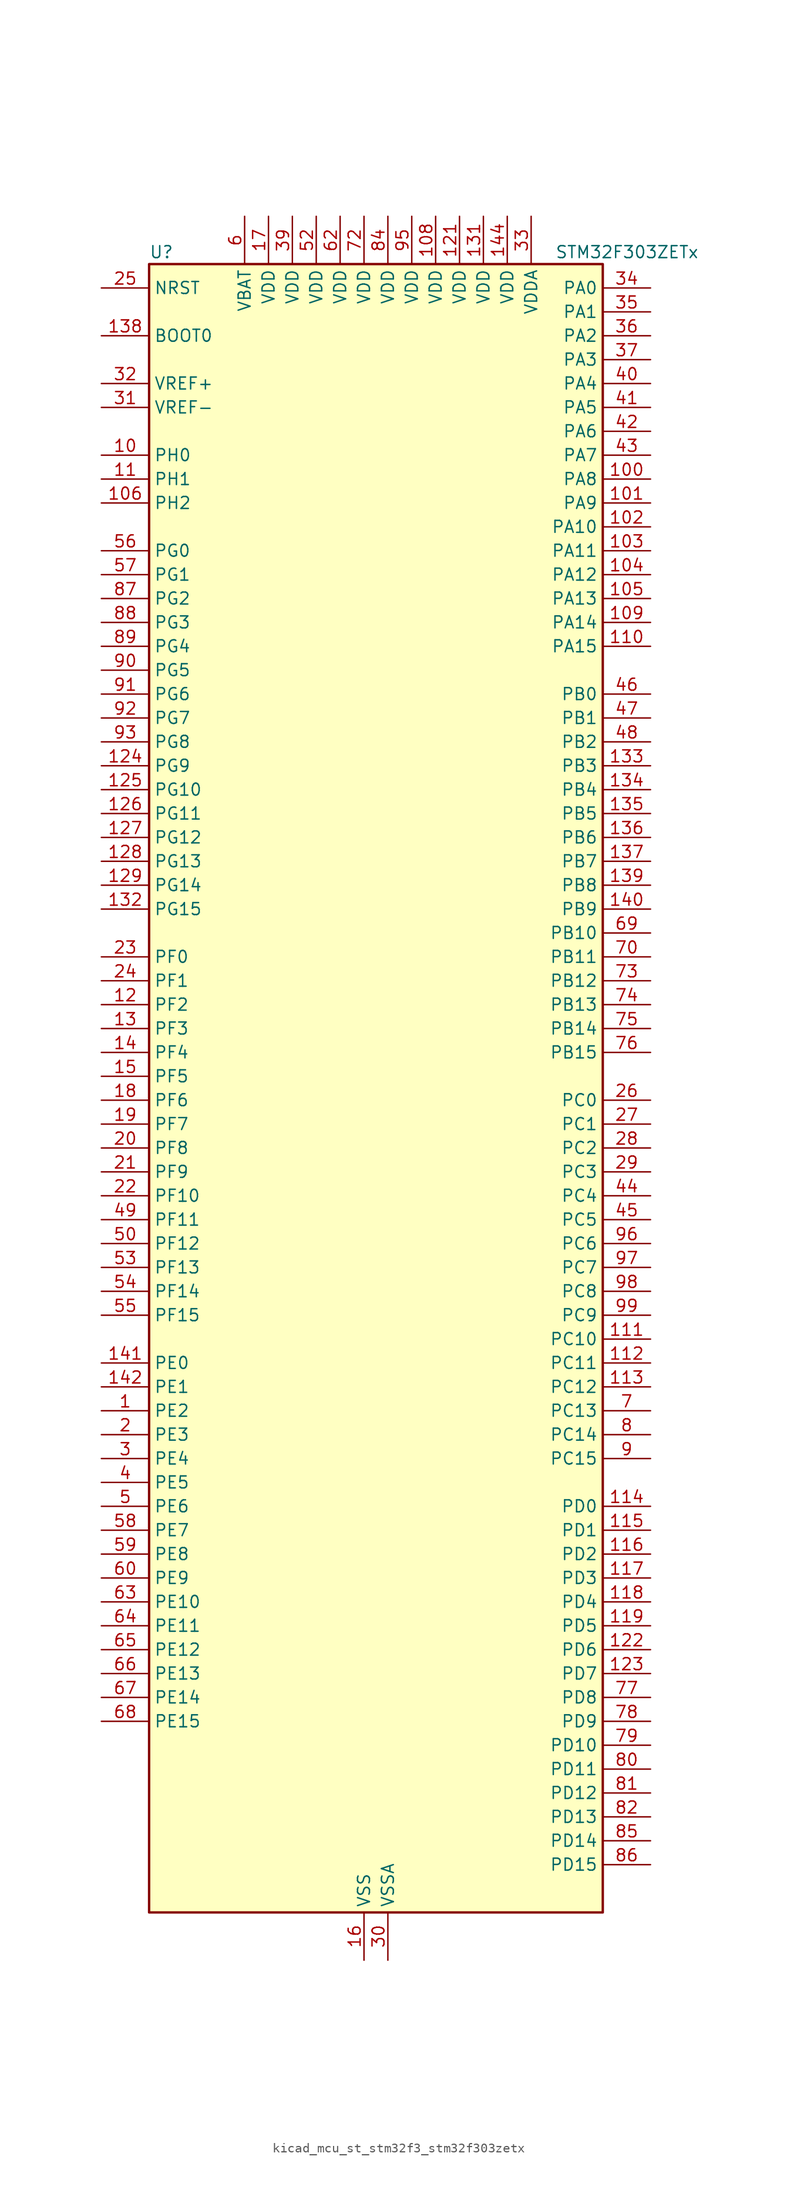
<source format=kicad_sym>
(kicad_symbol_lib
  (version 20220914)
  (generator kicad_symbol_editor)
  (symbol "kicad_mcu_st_stm32f3_stm32f303zetx"
    (property "Reference" "U"
      (at -22.86 90.17 0)
      (effects (font (size 1.27 1.27)) (justify left)))
    (property "Value" "STM32F303ZETx"
      (at 20.32 90.17 0)
      (effects (font (size 1.27 1.27)) (justify left)))
    (property "ki_locked" ""
      (at 0 0 0)
      (effects (font (size 1.27 1.27))))
    (symbol "kicad_mcu_st_stm32f3_stm32f303zetx_0_1"
      (rectangle (start -22.86 -86.36) (end 25.4 88.9) (stroke (width 0.254) (type default)) (fill (type background))))
    (symbol "kicad_mcu_st_stm32f3_stm32f303zetx_1_1"
      (pin bidirectional line (at -27.94 -33.02 0) (length 5.08) (name "PE2" (effects (font (size 1.27 1.27)))) (number "1" (effects (font (size 1.27 1.27)))) (alternate "ADC3_EXTI2" bidirectional line) (alternate "ADC4_EXTI2" bidirectional line) (alternate "FMC_A23" bidirectional line) (alternate "SPI4_SCK" bidirectional line) (alternate "SYS_TRACECK" bidirectional line) (alternate "TIM20_CH1" bidirectional line) (alternate "TIM3_CH1" bidirectional line) (alternate "TSC_G7_IO1" bidirectional line))
      (pin bidirectional line (at -27.94 68.58 0) (length 5.08) (name "PH0" (effects (font (size 1.27 1.27)))) (number "10" (effects (font (size 1.27 1.27)))) (alternate "FMC_A0" bidirectional line) (alternate "TIM20_CH1" bidirectional line))
      (pin bidirectional line (at 30.48 66.04 180) (length 5.08) (name "PA8" (effects (font (size 1.27 1.27)))) (number "100" (effects (font (size 1.27 1.27)))) (alternate "COMP3_OUT" bidirectional line) (alternate "I2C2_SMBA" bidirectional line) (alternate "I2C3_SCL" bidirectional line) (alternate "I2S2_MCK" bidirectional line) (alternate "RCC_MCO" bidirectional line) (alternate "TIM1_CH1" bidirectional line) (alternate "TIM4_ETR" bidirectional line) (alternate "USART1_CK" bidirectional line))
      (pin bidirectional line (at 30.48 63.5 180) (length 5.08) (name "PA9" (effects (font (size 1.27 1.27)))) (number "101" (effects (font (size 1.27 1.27)))) (alternate "COMP5_OUT" bidirectional line) (alternate "DAC1_EXTI9" bidirectional line) (alternate "I2C2_SCL" bidirectional line) (alternate "I2C3_SMBA" bidirectional line) (alternate "I2S3_MCK" bidirectional line) (alternate "TIM15_BKIN" bidirectional line) (alternate "TIM1_CH2" bidirectional line) (alternate "TIM2_CH3" bidirectional line) (alternate "TSC_G4_IO1" bidirectional line) (alternate "USART1_TX" bidirectional line))
      (pin bidirectional line (at 30.48 60.96 180) (length 5.08) (name "PA10" (effects (font (size 1.27 1.27)))) (number "102" (effects (font (size 1.27 1.27)))) (alternate "COMP6_OUT" bidirectional line) (alternate "I2C2_SDA" bidirectional line) (alternate "I2S2_ext_SD" bidirectional line) (alternate "SPI2_MISO" bidirectional line) (alternate "TIM17_BKIN" bidirectional line) (alternate "TIM1_CH3" bidirectional line) (alternate "TIM2_CH4" bidirectional line) (alternate "TIM8_BKIN" bidirectional line) (alternate "TSC_G4_IO2" bidirectional line) (alternate "USART1_RX" bidirectional line))
      (pin bidirectional line (at 30.48 58.42 180) (length 5.08) (name "PA11" (effects (font (size 1.27 1.27)))) (number "103" (effects (font (size 1.27 1.27)))) (alternate "ADC1_EXTI11" bidirectional line) (alternate "ADC2_EXTI11" bidirectional line) (alternate "CAN_RX" bidirectional line) (alternate "COMP1_OUT" bidirectional line) (alternate "I2S2_SD" bidirectional line) (alternate "SPI2_MOSI" bidirectional line) (alternate "TIM1_BKIN2" bidirectional line) (alternate "TIM1_CH1N" bidirectional line) (alternate "TIM1_CH4" bidirectional line) (alternate "TIM4_CH1" bidirectional line) (alternate "USART1_CTS" bidirectional line) (alternate "USB_DM" bidirectional line))
      (pin bidirectional line (at 30.48 55.88 180) (length 5.08) (name "PA12" (effects (font (size 1.27 1.27)))) (number "104" (effects (font (size 1.27 1.27)))) (alternate "CAN_TX" bidirectional line) (alternate "COMP2_OUT" bidirectional line) (alternate "I2S_CKIN" bidirectional line) (alternate "TIM16_CH1" bidirectional line) (alternate "TIM1_CH2N" bidirectional line) (alternate "TIM1_ETR" bidirectional line) (alternate "TIM4_CH2" bidirectional line) (alternate "USART1_DE" bidirectional line) (alternate "USART1_RTS" bidirectional line) (alternate "USB_DP" bidirectional line))
      (pin bidirectional line (at 30.48 53.34 180) (length 5.08) (name "PA13" (effects (font (size 1.27 1.27)))) (number "105" (effects (font (size 1.27 1.27)))) (alternate "IR_OUT" bidirectional line) (alternate "SYS_JTMS-SWDIO" bidirectional line) (alternate "TIM16_CH1N" bidirectional line) (alternate "TIM4_CH3" bidirectional line) (alternate "TSC_G4_IO3" bidirectional line) (alternate "USART3_CTS" bidirectional line))
      (pin bidirectional line (at -27.94 63.5 0) (length 5.08) (name "PH2" (effects (font (size 1.27 1.27)))) (number "106" (effects (font (size 1.27 1.27)))) (alternate "ADC3_EXTI2" bidirectional line) (alternate "ADC4_EXTI2" bidirectional line))
      (pin passive line (at 0 -91.44 90) (length 5.08) hide (name "VSS" (effects (font (size 1.27 1.27)))) (number "107" (effects (font (size 1.27 1.27)))))
      (pin power_in line (at 7.62 93.98 270) (length 5.08) (name "VDD" (effects (font (size 1.27 1.27)))) (number "108" (effects (font (size 1.27 1.27)))))
      (pin bidirectional line (at 30.48 50.8 180) (length 5.08) (name "PA14" (effects (font (size 1.27 1.27)))) (number "109" (effects (font (size 1.27 1.27)))) (alternate "I2C1_SDA" bidirectional line) (alternate "SYS_JTCK-SWCLK" bidirectional line) (alternate "TIM1_BKIN" bidirectional line) (alternate "TIM8_CH2" bidirectional line) (alternate "TSC_G4_IO4" bidirectional line) (alternate "USART2_TX" bidirectional line))
      (pin bidirectional line (at -27.94 66.04 0) (length 5.08) (name "PH1" (effects (font (size 1.27 1.27)))) (number "11" (effects (font (size 1.27 1.27)))) (alternate "FMC_A1" bidirectional line) (alternate "TIM20_CH2" bidirectional line))
      (pin bidirectional line (at 30.48 48.26 180) (length 5.08) (name "PA15" (effects (font (size 1.27 1.27)))) (number "110" (effects (font (size 1.27 1.27)))) (alternate "ADC1_EXTI15" bidirectional line) (alternate "ADC2_EXTI15" bidirectional line) (alternate "ADC3_EXTI15" bidirectional line) (alternate "ADC4_EXTI15" bidirectional line) (alternate "I2C1_SCL" bidirectional line) (alternate "I2S3_WS" bidirectional line) (alternate "SPI1_NSS" bidirectional line) (alternate "SPI3_NSS" bidirectional line) (alternate "SYS_JTDI" bidirectional line) (alternate "TIM1_BKIN" bidirectional line) (alternate "TIM2_CH1" bidirectional line) (alternate "TIM2_ETR" bidirectional line) (alternate "TIM8_CH1" bidirectional line) (alternate "TSC_SYNC" bidirectional line) (alternate "USART2_RX" bidirectional line))
      (pin bidirectional line (at 30.48 -25.4 180) (length 5.08) (name "PC10" (effects (font (size 1.27 1.27)))) (number "111" (effects (font (size 1.27 1.27)))) (alternate "I2S3_CK" bidirectional line) (alternate "SPI3_SCK" bidirectional line) (alternate "TIM8_CH1N" bidirectional line) (alternate "UART4_TX" bidirectional line) (alternate "USART3_TX" bidirectional line))
      (pin bidirectional line (at 30.48 -27.94 180) (length 5.08) (name "PC11" (effects (font (size 1.27 1.27)))) (number "112" (effects (font (size 1.27 1.27)))) (alternate "ADC1_EXTI11" bidirectional line) (alternate "ADC2_EXTI11" bidirectional line) (alternate "I2S3_ext_SD" bidirectional line) (alternate "SPI3_MISO" bidirectional line) (alternate "TIM8_CH2N" bidirectional line) (alternate "UART4_RX" bidirectional line) (alternate "USART3_RX" bidirectional line))
      (pin bidirectional line (at 30.48 -30.48 180) (length 5.08) (name "PC12" (effects (font (size 1.27 1.27)))) (number "113" (effects (font (size 1.27 1.27)))) (alternate "I2S3_SD" bidirectional line) (alternate "SPI3_MOSI" bidirectional line) (alternate "TIM8_CH3N" bidirectional line) (alternate "UART5_TX" bidirectional line) (alternate "USART3_CK" bidirectional line))
      (pin bidirectional line (at 30.48 -43.18 180) (length 5.08) (name "PD0" (effects (font (size 1.27 1.27)))) (number "114" (effects (font (size 1.27 1.27)))) (alternate "CAN_RX" bidirectional line) (alternate "FMC_D2" bidirectional line) (alternate "FMC_DA2" bidirectional line))
      (pin bidirectional line (at 30.48 -45.72 180) (length 5.08) (name "PD1" (effects (font (size 1.27 1.27)))) (number "115" (effects (font (size 1.27 1.27)))) (alternate "CAN_TX" bidirectional line) (alternate "FMC_D3" bidirectional line) (alternate "FMC_DA3" bidirectional line) (alternate "TIM8_BKIN2" bidirectional line) (alternate "TIM8_CH4" bidirectional line))
      (pin bidirectional line (at 30.48 -48.26 180) (length 5.08) (name "PD2" (effects (font (size 1.27 1.27)))) (number "116" (effects (font (size 1.27 1.27)))) (alternate "ADC3_EXTI2" bidirectional line) (alternate "ADC4_EXTI2" bidirectional line) (alternate "TIM3_ETR" bidirectional line) (alternate "TIM8_BKIN" bidirectional line) (alternate "UART5_RX" bidirectional line))
      (pin bidirectional line (at 30.48 -50.8 180) (length 5.08) (name "PD3" (effects (font (size 1.27 1.27)))) (number "117" (effects (font (size 1.27 1.27)))) (alternate "FMC_CLK" bidirectional line) (alternate "TIM2_CH1" bidirectional line) (alternate "TIM2_ETR" bidirectional line) (alternate "USART2_CTS" bidirectional line))
      (pin bidirectional line (at 30.48 -53.34 180) (length 5.08) (name "PD4" (effects (font (size 1.27 1.27)))) (number "118" (effects (font (size 1.27 1.27)))) (alternate "FMC_NOE" bidirectional line) (alternate "TIM2_CH2" bidirectional line) (alternate "USART2_DE" bidirectional line) (alternate "USART2_RTS" bidirectional line))
      (pin bidirectional line (at 30.48 -55.88 180) (length 5.08) (name "PD5" (effects (font (size 1.27 1.27)))) (number "119" (effects (font (size 1.27 1.27)))) (alternate "FMC_NWE" bidirectional line) (alternate "USART2_TX" bidirectional line))
      (pin bidirectional line (at -27.94 10.16 0) (length 5.08) (name "PF2" (effects (font (size 1.27 1.27)))) (number "12" (effects (font (size 1.27 1.27)))) (alternate "ADC1_IN10" bidirectional line) (alternate "ADC2_IN10" bidirectional line) (alternate "ADC3_EXTI2" bidirectional line) (alternate "ADC4_EXTI2" bidirectional line) (alternate "FMC_A2" bidirectional line) (alternate "TIM20_CH3" bidirectional line))
      (pin passive line (at 0 -91.44 90) (length 5.08) hide (name "VSS" (effects (font (size 1.27 1.27)))) (number "120" (effects (font (size 1.27 1.27)))))
      (pin power_in line (at 10.16 93.98 270) (length 5.08) (name "VDD" (effects (font (size 1.27 1.27)))) (number "121" (effects (font (size 1.27 1.27)))))
      (pin bidirectional line (at 30.48 -58.42 180) (length 5.08) (name "PD6" (effects (font (size 1.27 1.27)))) (number "122" (effects (font (size 1.27 1.27)))) (alternate "FMC_NWAIT" bidirectional line) (alternate "TIM2_CH4" bidirectional line) (alternate "USART2_RX" bidirectional line))
      (pin bidirectional line (at 30.48 -60.96 180) (length 5.08) (name "PD7" (effects (font (size 1.27 1.27)))) (number "123" (effects (font (size 1.27 1.27)))) (alternate "FMC_NCE2" bidirectional line) (alternate "FMC_NE1" bidirectional line) (alternate "TIM2_CH3" bidirectional line) (alternate "USART2_CK" bidirectional line))
      (pin bidirectional line (at -27.94 35.56 0) (length 5.08) (name "PG9" (effects (font (size 1.27 1.27)))) (number "124" (effects (font (size 1.27 1.27)))) (alternate "DAC1_EXTI9" bidirectional line) (alternate "FMC_NCE3" bidirectional line) (alternate "FMC_NE2" bidirectional line))
      (pin bidirectional line (at -27.94 33.02 0) (length 5.08) (name "PG10" (effects (font (size 1.27 1.27)))) (number "125" (effects (font (size 1.27 1.27)))) (alternate "FMC_NCE4_1" bidirectional line) (alternate "FMC_NE3" bidirectional line))
      (pin bidirectional line (at -27.94 30.48 0) (length 5.08) (name "PG11" (effects (font (size 1.27 1.27)))) (number "126" (effects (font (size 1.27 1.27)))) (alternate "ADC1_EXTI11" bidirectional line) (alternate "ADC2_EXTI11" bidirectional line) (alternate "FMC_NCE4_2" bidirectional line))
      (pin bidirectional line (at -27.94 27.94 0) (length 5.08) (name "PG12" (effects (font (size 1.27 1.27)))) (number "127" (effects (font (size 1.27 1.27)))) (alternate "FMC_NE4" bidirectional line))
      (pin bidirectional line (at -27.94 25.4 0) (length 5.08) (name "PG13" (effects (font (size 1.27 1.27)))) (number "128" (effects (font (size 1.27 1.27)))) (alternate "FMC_A24" bidirectional line))
      (pin bidirectional line (at -27.94 22.86 0) (length 5.08) (name "PG14" (effects (font (size 1.27 1.27)))) (number "129" (effects (font (size 1.27 1.27)))) (alternate "FMC_A25" bidirectional line))
      (pin bidirectional line (at -27.94 7.62 0) (length 5.08) (name "PF3" (effects (font (size 1.27 1.27)))) (number "13" (effects (font (size 1.27 1.27)))) (alternate "FMC_A3" bidirectional line) (alternate "TIM20_CH4" bidirectional line))
      (pin passive line (at 0 -91.44 90) (length 5.08) hide (name "VSS" (effects (font (size 1.27 1.27)))) (number "130" (effects (font (size 1.27 1.27)))))
      (pin power_in line (at 12.7 93.98 270) (length 5.08) (name "VDD" (effects (font (size 1.27 1.27)))) (number "131" (effects (font (size 1.27 1.27)))))
      (pin bidirectional line (at -27.94 20.32 0) (length 5.08) (name "PG15" (effects (font (size 1.27 1.27)))) (number "132" (effects (font (size 1.27 1.27)))) (alternate "ADC1_EXTI15" bidirectional line) (alternate "ADC2_EXTI15" bidirectional line) (alternate "ADC3_EXTI15" bidirectional line) (alternate "ADC4_EXTI15" bidirectional line))
      (pin bidirectional line (at 30.48 35.56 180) (length 5.08) (name "PB3" (effects (font (size 1.27 1.27)))) (number "133" (effects (font (size 1.27 1.27)))) (alternate "I2S3_CK" bidirectional line) (alternate "SPI1_SCK" bidirectional line) (alternate "SPI3_SCK" bidirectional line) (alternate "SYS_JTDO-TRACESWO" bidirectional line) (alternate "TIM2_CH2" bidirectional line) (alternate "TIM3_ETR" bidirectional line) (alternate "TIM4_ETR" bidirectional line) (alternate "TIM8_CH1N" bidirectional line) (alternate "TSC_G5_IO1" bidirectional line) (alternate "USART2_TX" bidirectional line))
      (pin bidirectional line (at 30.48 33.02 180) (length 5.08) (name "PB4" (effects (font (size 1.27 1.27)))) (number "134" (effects (font (size 1.27 1.27)))) (alternate "I2S3_ext_SD" bidirectional line) (alternate "SPI1_MISO" bidirectional line) (alternate "SPI3_MISO" bidirectional line) (alternate "SYS_NJTRST" bidirectional line) (alternate "TIM16_CH1" bidirectional line) (alternate "TIM17_BKIN" bidirectional line) (alternate "TIM3_CH1" bidirectional line) (alternate "TIM8_CH2N" bidirectional line) (alternate "TSC_G5_IO2" bidirectional line) (alternate "USART2_RX" bidirectional line))
      (pin bidirectional line (at 30.48 30.48 180) (length 5.08) (name "PB5" (effects (font (size 1.27 1.27)))) (number "135" (effects (font (size 1.27 1.27)))) (alternate "I2C1_SMBA" bidirectional line) (alternate "I2C3_SDA" bidirectional line) (alternate "I2S3_SD" bidirectional line) (alternate "SPI1_MOSI" bidirectional line) (alternate "SPI3_MOSI" bidirectional line) (alternate "TIM16_BKIN" bidirectional line) (alternate "TIM17_CH1" bidirectional line) (alternate "TIM3_CH2" bidirectional line) (alternate "TIM8_CH3N" bidirectional line) (alternate "USART2_CK" bidirectional line))
      (pin bidirectional line (at 30.48 27.94 180) (length 5.08) (name "PB6" (effects (font (size 1.27 1.27)))) (number "136" (effects (font (size 1.27 1.27)))) (alternate "I2C1_SCL" bidirectional line) (alternate "TIM16_CH1N" bidirectional line) (alternate "TIM4_CH1" bidirectional line) (alternate "TIM8_BKIN2" bidirectional line) (alternate "TIM8_CH1" bidirectional line) (alternate "TIM8_ETR" bidirectional line) (alternate "TSC_G5_IO3" bidirectional line) (alternate "USART1_TX" bidirectional line))
      (pin bidirectional line (at 30.48 25.4 180) (length 5.08) (name "PB7" (effects (font (size 1.27 1.27)))) (number "137" (effects (font (size 1.27 1.27)))) (alternate "FMC_NL" bidirectional line) (alternate "I2C1_SDA" bidirectional line) (alternate "TIM17_CH1N" bidirectional line) (alternate "TIM3_CH4" bidirectional line) (alternate "TIM4_CH2" bidirectional line) (alternate "TIM8_BKIN" bidirectional line) (alternate "TSC_G5_IO4" bidirectional line) (alternate "USART1_RX" bidirectional line))
      (pin input line (at -27.94 81.28 0) (length 5.08) (name "BOOT0" (effects (font (size 1.27 1.27)))) (number "138" (effects (font (size 1.27 1.27)))))
      (pin bidirectional line (at 30.48 22.86 180) (length 5.08) (name "PB8" (effects (font (size 1.27 1.27)))) (number "139" (effects (font (size 1.27 1.27)))) (alternate "CAN_RX" bidirectional line) (alternate "COMP1_OUT" bidirectional line) (alternate "I2C1_SCL" bidirectional line) (alternate "TIM16_CH1" bidirectional line) (alternate "TIM1_BKIN" bidirectional line) (alternate "TIM4_CH3" bidirectional line) (alternate "TIM8_CH2" bidirectional line) (alternate "TSC_SYNC" bidirectional line) (alternate "USART3_RX" bidirectional line))
      (pin bidirectional line (at -27.94 5.08 0) (length 5.08) (name "PF4" (effects (font (size 1.27 1.27)))) (number "14" (effects (font (size 1.27 1.27)))) (alternate "ADC1_IN5" bidirectional line) (alternate "COMP1_OUT" bidirectional line) (alternate "FMC_A4" bidirectional line) (alternate "TIM20_CH1N" bidirectional line))
      (pin bidirectional line (at 30.48 20.32 180) (length 5.08) (name "PB9" (effects (font (size 1.27 1.27)))) (number "140" (effects (font (size 1.27 1.27)))) (alternate "CAN_TX" bidirectional line) (alternate "COMP2_OUT" bidirectional line) (alternate "DAC1_EXTI9" bidirectional line) (alternate "I2C1_SDA" bidirectional line) (alternate "IR_OUT" bidirectional line) (alternate "TIM17_CH1" bidirectional line) (alternate "TIM4_CH4" bidirectional line) (alternate "TIM8_CH3" bidirectional line) (alternate "USART3_TX" bidirectional line))
      (pin bidirectional line (at -27.94 -27.94 0) (length 5.08) (name "PE0" (effects (font (size 1.27 1.27)))) (number "141" (effects (font (size 1.27 1.27)))) (alternate "FMC_NBL0" bidirectional line) (alternate "TIM16_CH1" bidirectional line) (alternate "TIM20_ETR" bidirectional line) (alternate "TIM4_ETR" bidirectional line) (alternate "USART1_TX" bidirectional line))
      (pin bidirectional line (at -27.94 -30.48 0) (length 5.08) (name "PE1" (effects (font (size 1.27 1.27)))) (number "142" (effects (font (size 1.27 1.27)))) (alternate "FMC_NBL1" bidirectional line) (alternate "TIM17_CH1" bidirectional line) (alternate "TIM20_CH4" bidirectional line) (alternate "USART1_RX" bidirectional line))
      (pin passive line (at 0 -91.44 90) (length 5.08) hide (name "VSS" (effects (font (size 1.27 1.27)))) (number "143" (effects (font (size 1.27 1.27)))))
      (pin power_in line (at 15.24 93.98 270) (length 5.08) (name "VDD" (effects (font (size 1.27 1.27)))) (number "144" (effects (font (size 1.27 1.27)))))
      (pin bidirectional line (at -27.94 2.54 0) (length 5.08) (name "PF5" (effects (font (size 1.27 1.27)))) (number "15" (effects (font (size 1.27 1.27)))) (alternate "FMC_A5" bidirectional line) (alternate "TIM20_CH2N" bidirectional line))
      (pin power_in line (at 0 -91.44 90) (length 5.08) (name "VSS" (effects (font (size 1.27 1.27)))) (number "16" (effects (font (size 1.27 1.27)))))
      (pin power_in line (at -10.16 93.98 270) (length 5.08) (name "VDD" (effects (font (size 1.27 1.27)))) (number "17" (effects (font (size 1.27 1.27)))))
      (pin bidirectional line (at -27.94 0 0) (length 5.08) (name "PF6" (effects (font (size 1.27 1.27)))) (number "18" (effects (font (size 1.27 1.27)))) (alternate "FMC_NIORD" bidirectional line) (alternate "I2C2_SCL" bidirectional line) (alternate "TIM4_CH4" bidirectional line) (alternate "USART3_DE" bidirectional line) (alternate "USART3_RTS" bidirectional line))
      (pin bidirectional line (at -27.94 -2.54 0) (length 5.08) (name "PF7" (effects (font (size 1.27 1.27)))) (number "19" (effects (font (size 1.27 1.27)))) (alternate "FMC_NREG" bidirectional line) (alternate "TIM20_BKIN" bidirectional line))
      (pin bidirectional line (at -27.94 -35.56 0) (length 5.08) (name "PE3" (effects (font (size 1.27 1.27)))) (number "2" (effects (font (size 1.27 1.27)))) (alternate "FMC_A19" bidirectional line) (alternate "SPI4_NSS" bidirectional line) (alternate "SYS_TRACED0" bidirectional line) (alternate "TIM20_CH2" bidirectional line) (alternate "TIM3_CH2" bidirectional line) (alternate "TSC_G7_IO2" bidirectional line))
      (pin bidirectional line (at -27.94 -5.08 0) (length 5.08) (name "PF8" (effects (font (size 1.27 1.27)))) (number "20" (effects (font (size 1.27 1.27)))) (alternate "FMC_NIOWR" bidirectional line) (alternate "TIM20_BKIN2" bidirectional line))
      (pin bidirectional line (at -27.94 -7.62 0) (length 5.08) (name "PF9" (effects (font (size 1.27 1.27)))) (number "21" (effects (font (size 1.27 1.27)))) (alternate "DAC1_EXTI9" bidirectional line) (alternate "FMC_CD" bidirectional line) (alternate "SPI2_SCK" bidirectional line) (alternate "TIM15_CH1" bidirectional line) (alternate "TIM20_BKIN" bidirectional line))
      (pin bidirectional line (at -27.94 -10.16 0) (length 5.08) (name "PF10" (effects (font (size 1.27 1.27)))) (number "22" (effects (font (size 1.27 1.27)))) (alternate "FMC_INTR" bidirectional line) (alternate "SPI2_SCK" bidirectional line) (alternate "TIM15_CH2" bidirectional line) (alternate "TIM20_BKIN2" bidirectional line))
      (pin bidirectional line (at -27.94 15.24 0) (length 5.08) (name "PF0" (effects (font (size 1.27 1.27)))) (number "23" (effects (font (size 1.27 1.27)))) (alternate "I2C2_SDA" bidirectional line) (alternate "I2S2_WS" bidirectional line) (alternate "RCC_OSC_IN" bidirectional line) (alternate "SPI2_NSS" bidirectional line) (alternate "TIM1_CH3N" bidirectional line))
      (pin bidirectional line (at -27.94 12.7 0) (length 5.08) (name "PF1" (effects (font (size 1.27 1.27)))) (number "24" (effects (font (size 1.27 1.27)))) (alternate "I2C2_SCL" bidirectional line) (alternate "I2S2_CK" bidirectional line) (alternate "RCC_OSC_OUT" bidirectional line) (alternate "SPI2_SCK" bidirectional line))
      (pin input line (at -27.94 86.36 0) (length 5.08) (name "NRST" (effects (font (size 1.27 1.27)))) (number "25" (effects (font (size 1.27 1.27)))))
      (pin bidirectional line (at 30.48 0 180) (length 5.08) (name "PC0" (effects (font (size 1.27 1.27)))) (number "26" (effects (font (size 1.27 1.27)))) (alternate "ADC1_IN6" bidirectional line) (alternate "ADC2_IN6" bidirectional line) (alternate "COMP7_INM" bidirectional line) (alternate "TIM1_CH1" bidirectional line))
      (pin bidirectional line (at 30.48 -2.54 180) (length 5.08) (name "PC1" (effects (font (size 1.27 1.27)))) (number "27" (effects (font (size 1.27 1.27)))) (alternate "ADC1_IN7" bidirectional line) (alternate "ADC2_IN7" bidirectional line) (alternate "COMP7_INP" bidirectional line) (alternate "TIM1_CH2" bidirectional line))
      (pin bidirectional line (at 30.48 -5.08 180) (length 5.08) (name "PC2" (effects (font (size 1.27 1.27)))) (number "28" (effects (font (size 1.27 1.27)))) (alternate "ADC1_IN8" bidirectional line) (alternate "ADC2_IN8" bidirectional line) (alternate "ADC3_EXTI2" bidirectional line) (alternate "ADC4_EXTI2" bidirectional line) (alternate "COMP7_OUT" bidirectional line) (alternate "TIM1_CH3" bidirectional line))
      (pin bidirectional line (at 30.48 -7.62 180) (length 5.08) (name "PC3" (effects (font (size 1.27 1.27)))) (number "29" (effects (font (size 1.27 1.27)))) (alternate "ADC1_IN9" bidirectional line) (alternate "ADC2_IN9" bidirectional line) (alternate "TIM1_BKIN2" bidirectional line) (alternate "TIM1_CH4" bidirectional line))
      (pin bidirectional line (at -27.94 -38.1 0) (length 5.08) (name "PE4" (effects (font (size 1.27 1.27)))) (number "3" (effects (font (size 1.27 1.27)))) (alternate "FMC_A20" bidirectional line) (alternate "SPI4_NSS" bidirectional line) (alternate "SYS_TRACED1" bidirectional line) (alternate "TIM20_CH1N" bidirectional line) (alternate "TIM3_CH3" bidirectional line) (alternate "TSC_G7_IO3" bidirectional line))
      (pin power_in line (at 2.54 -91.44 90) (length 5.08) (name "VSSA" (effects (font (size 1.27 1.27)))) (number "30" (effects (font (size 1.27 1.27)))))
      (pin input line (at -27.94 73.66 0) (length 5.08) (name "VREF-" (effects (font (size 1.27 1.27)))) (number "31" (effects (font (size 1.27 1.27)))))
      (pin input line (at -27.94 76.2 0) (length 5.08) (name "VREF+" (effects (font (size 1.27 1.27)))) (number "32" (effects (font (size 1.27 1.27)))))
      (pin power_in line (at 17.78 93.98 270) (length 5.08) (name "VDDA" (effects (font (size 1.27 1.27)))) (number "33" (effects (font (size 1.27 1.27)))))
      (pin bidirectional line (at 30.48 86.36 180) (length 5.08) (name "PA0" (effects (font (size 1.27 1.27)))) (number "34" (effects (font (size 1.27 1.27)))) (alternate "ADC1_IN1" bidirectional line) (alternate "COMP1_INM" bidirectional line) (alternate "COMP1_OUT" bidirectional line) (alternate "RTC_TAMP2" bidirectional line) (alternate "SYS_WKUP1" bidirectional line) (alternate "TIM2_CH1" bidirectional line) (alternate "TIM2_ETR" bidirectional line) (alternate "TIM8_BKIN" bidirectional line) (alternate "TIM8_ETR" bidirectional line) (alternate "TSC_G1_IO1" bidirectional line) (alternate "USART2_CTS" bidirectional line))
      (pin bidirectional line (at 30.48 83.82 180) (length 5.08) (name "PA1" (effects (font (size 1.27 1.27)))) (number "35" (effects (font (size 1.27 1.27)))) (alternate "ADC1_IN2" bidirectional line) (alternate "COMP1_INP" bidirectional line) (alternate "OPAMP1_VINP" bidirectional line) (alternate "OPAMP1_VINP_SEC" bidirectional line) (alternate "OPAMP3_VINP" bidirectional line) (alternate "OPAMP3_VINP_SEC" bidirectional line) (alternate "RTC_REFIN" bidirectional line) (alternate "TIM15_CH1N" bidirectional line) (alternate "TIM2_CH2" bidirectional line) (alternate "TSC_G1_IO2" bidirectional line) (alternate "USART2_DE" bidirectional line) (alternate "USART2_RTS" bidirectional line))
      (pin bidirectional line (at 30.48 81.28 180) (length 5.08) (name "PA2" (effects (font (size 1.27 1.27)))) (number "36" (effects (font (size 1.27 1.27)))) (alternate "ADC1_IN3" bidirectional line) (alternate "ADC3_EXTI2" bidirectional line) (alternate "ADC4_EXTI2" bidirectional line) (alternate "COMP2_INM" bidirectional line) (alternate "COMP2_OUT" bidirectional line) (alternate "OPAMP1_VOUT" bidirectional line) (alternate "TIM15_CH1" bidirectional line) (alternate "TIM2_CH3" bidirectional line) (alternate "TSC_G1_IO3" bidirectional line) (alternate "USART2_TX" bidirectional line))
      (pin bidirectional line (at 30.48 78.74 180) (length 5.08) (name "PA3" (effects (font (size 1.27 1.27)))) (number "37" (effects (font (size 1.27 1.27)))) (alternate "ADC1_IN4" bidirectional line) (alternate "OPAMP1_VINM" bidirectional line) (alternate "OPAMP1_VINM_SEC" bidirectional line) (alternate "OPAMP1_VINP" bidirectional line) (alternate "OPAMP1_VINP_SEC" bidirectional line) (alternate "TIM15_CH2" bidirectional line) (alternate "TIM2_CH4" bidirectional line) (alternate "TSC_G1_IO4" bidirectional line) (alternate "USART2_RX" bidirectional line))
      (pin passive line (at 0 -91.44 90) (length 5.08) hide (name "VSS" (effects (font (size 1.27 1.27)))) (number "38" (effects (font (size 1.27 1.27)))))
      (pin power_in line (at -7.62 93.98 270) (length 5.08) (name "VDD" (effects (font (size 1.27 1.27)))) (number "39" (effects (font (size 1.27 1.27)))))
      (pin bidirectional line (at -27.94 -40.64 0) (length 5.08) (name "PE5" (effects (font (size 1.27 1.27)))) (number "4" (effects (font (size 1.27 1.27)))) (alternate "FMC_A21" bidirectional line) (alternate "SPI4_MISO" bidirectional line) (alternate "SYS_TRACED2" bidirectional line) (alternate "TIM20_CH2N" bidirectional line) (alternate "TIM3_CH4" bidirectional line) (alternate "TSC_G7_IO4" bidirectional line))
      (pin bidirectional line (at 30.48 76.2 180) (length 5.08) (name "PA4" (effects (font (size 1.27 1.27)))) (number "40" (effects (font (size 1.27 1.27)))) (alternate "ADC2_IN1" bidirectional line) (alternate "COMP1_INM" bidirectional line) (alternate "COMP2_INM" bidirectional line) (alternate "COMP3_INM" bidirectional line) (alternate "COMP4_INM" bidirectional line) (alternate "COMP5_INM" bidirectional line) (alternate "COMP6_INM" bidirectional line) (alternate "COMP7_INM" bidirectional line) (alternate "DAC1_OUT1" bidirectional line) (alternate "I2S3_WS" bidirectional line) (alternate "OPAMP4_VINP" bidirectional line) (alternate "OPAMP4_VINP_SEC" bidirectional line) (alternate "SPI1_NSS" bidirectional line) (alternate "SPI3_NSS" bidirectional line) (alternate "TIM3_CH2" bidirectional line) (alternate "TSC_G2_IO1" bidirectional line) (alternate "USART2_CK" bidirectional line))
      (pin bidirectional line (at 30.48 73.66 180) (length 5.08) (name "PA5" (effects (font (size 1.27 1.27)))) (number "41" (effects (font (size 1.27 1.27)))) (alternate "ADC2_IN2" bidirectional line) (alternate "COMP1_INM" bidirectional line) (alternate "COMP2_INM" bidirectional line) (alternate "COMP3_INM" bidirectional line) (alternate "COMP4_INM" bidirectional line) (alternate "COMP5_INM" bidirectional line) (alternate "COMP6_INM" bidirectional line) (alternate "COMP7_INM" bidirectional line) (alternate "DAC1_OUT2" bidirectional line) (alternate "OPAMP1_VINP" bidirectional line) (alternate "OPAMP1_VINP_SEC" bidirectional line) (alternate "OPAMP2_VINM" bidirectional line) (alternate "OPAMP2_VINM_SEC" bidirectional line) (alternate "OPAMP3_VINP" bidirectional line) (alternate "OPAMP3_VINP_SEC" bidirectional line) (alternate "SPI1_SCK" bidirectional line) (alternate "TIM2_CH1" bidirectional line) (alternate "TIM2_ETR" bidirectional line) (alternate "TSC_G2_IO2" bidirectional line))
      (pin bidirectional line (at 30.48 71.12 180) (length 5.08) (name "PA6" (effects (font (size 1.27 1.27)))) (number "42" (effects (font (size 1.27 1.27)))) (alternate "ADC2_IN3" bidirectional line) (alternate "COMP1_OUT" bidirectional line) (alternate "OPAMP2_VOUT" bidirectional line) (alternate "SPI1_MISO" bidirectional line) (alternate "TIM16_CH1" bidirectional line) (alternate "TIM1_BKIN" bidirectional line) (alternate "TIM3_CH1" bidirectional line) (alternate "TIM8_BKIN" bidirectional line) (alternate "TSC_G2_IO3" bidirectional line))
      (pin bidirectional line (at 30.48 68.58 180) (length 5.08) (name "PA7" (effects (font (size 1.27 1.27)))) (number "43" (effects (font (size 1.27 1.27)))) (alternate "ADC2_IN4" bidirectional line) (alternate "COMP2_INP" bidirectional line) (alternate "OPAMP1_VINP" bidirectional line) (alternate "OPAMP1_VINP_SEC" bidirectional line) (alternate "OPAMP2_VINP" bidirectional line) (alternate "OPAMP2_VINP_SEC" bidirectional line) (alternate "SPI1_MOSI" bidirectional line) (alternate "TIM17_CH1" bidirectional line) (alternate "TIM1_CH1N" bidirectional line) (alternate "TIM3_CH2" bidirectional line) (alternate "TIM8_CH1N" bidirectional line) (alternate "TSC_G2_IO4" bidirectional line))
      (pin bidirectional line (at 30.48 -10.16 180) (length 5.08) (name "PC4" (effects (font (size 1.27 1.27)))) (number "44" (effects (font (size 1.27 1.27)))) (alternate "ADC2_IN5" bidirectional line) (alternate "TIM1_ETR" bidirectional line) (alternate "USART1_TX" bidirectional line))
      (pin bidirectional line (at 30.48 -12.7 180) (length 5.08) (name "PC5" (effects (font (size 1.27 1.27)))) (number "45" (effects (font (size 1.27 1.27)))) (alternate "ADC2_IN11" bidirectional line) (alternate "OPAMP1_VINM" bidirectional line) (alternate "OPAMP1_VINM_SEC" bidirectional line) (alternate "OPAMP2_VINM" bidirectional line) (alternate "OPAMP2_VINM_SEC" bidirectional line) (alternate "TIM15_BKIN" bidirectional line) (alternate "TSC_G3_IO1" bidirectional line) (alternate "USART1_RX" bidirectional line))
      (pin bidirectional line (at 30.48 43.18 180) (length 5.08) (name "PB0" (effects (font (size 1.27 1.27)))) (number "46" (effects (font (size 1.27 1.27)))) (alternate "ADC3_IN12" bidirectional line) (alternate "COMP4_INP" bidirectional line) (alternate "OPAMP2_VINP" bidirectional line) (alternate "OPAMP2_VINP_SEC" bidirectional line) (alternate "OPAMP3_VINP" bidirectional line) (alternate "OPAMP3_VINP_SEC" bidirectional line) (alternate "TIM1_CH2N" bidirectional line) (alternate "TIM3_CH3" bidirectional line) (alternate "TIM8_CH2N" bidirectional line) (alternate "TSC_G3_IO2" bidirectional line))
      (pin bidirectional line (at 30.48 40.64 180) (length 5.08) (name "PB1" (effects (font (size 1.27 1.27)))) (number "47" (effects (font (size 1.27 1.27)))) (alternate "ADC3_IN1" bidirectional line) (alternate "COMP4_OUT" bidirectional line) (alternate "OPAMP3_VOUT" bidirectional line) (alternate "TIM1_CH3N" bidirectional line) (alternate "TIM3_CH4" bidirectional line) (alternate "TIM8_CH3N" bidirectional line) (alternate "TSC_G3_IO3" bidirectional line))
      (pin bidirectional line (at 30.48 38.1 180) (length 5.08) (name "PB2" (effects (font (size 1.27 1.27)))) (number "48" (effects (font (size 1.27 1.27)))) (alternate "ADC2_IN12" bidirectional line) (alternate "ADC3_EXTI2" bidirectional line) (alternate "ADC4_EXTI2" bidirectional line) (alternate "COMP4_INM" bidirectional line) (alternate "OPAMP3_VINM" bidirectional line) (alternate "OPAMP3_VINM_SEC" bidirectional line) (alternate "TSC_G3_IO4" bidirectional line))
      (pin bidirectional line (at -27.94 -12.7 0) (length 5.08) (name "PF11" (effects (font (size 1.27 1.27)))) (number "49" (effects (font (size 1.27 1.27)))) (alternate "ADC1_EXTI11" bidirectional line) (alternate "ADC2_EXTI11" bidirectional line) (alternate "TIM20_ETR" bidirectional line))
      (pin bidirectional line (at -27.94 -43.18 0) (length 5.08) (name "PE6" (effects (font (size 1.27 1.27)))) (number "5" (effects (font (size 1.27 1.27)))) (alternate "FMC_A22" bidirectional line) (alternate "RTC_TAMP3" bidirectional line) (alternate "SPI4_MOSI" bidirectional line) (alternate "SYS_TRACED3" bidirectional line) (alternate "SYS_WKUP3" bidirectional line) (alternate "TIM20_CH3N" bidirectional line))
      (pin bidirectional line (at -27.94 -15.24 0) (length 5.08) (name "PF12" (effects (font (size 1.27 1.27)))) (number "50" (effects (font (size 1.27 1.27)))) (alternate "FMC_A6" bidirectional line) (alternate "TIM20_CH1" bidirectional line))
      (pin passive line (at 0 -91.44 90) (length 5.08) hide (name "VSS" (effects (font (size 1.27 1.27)))) (number "51" (effects (font (size 1.27 1.27)))))
      (pin power_in line (at -5.08 93.98 270) (length 5.08) (name "VDD" (effects (font (size 1.27 1.27)))) (number "52" (effects (font (size 1.27 1.27)))))
      (pin bidirectional line (at -27.94 -17.78 0) (length 5.08) (name "PF13" (effects (font (size 1.27 1.27)))) (number "53" (effects (font (size 1.27 1.27)))) (alternate "FMC_A7" bidirectional line) (alternate "TIM20_CH2" bidirectional line))
      (pin bidirectional line (at -27.94 -20.32 0) (length 5.08) (name "PF14" (effects (font (size 1.27 1.27)))) (number "54" (effects (font (size 1.27 1.27)))) (alternate "FMC_A8" bidirectional line) (alternate "TIM20_CH3" bidirectional line))
      (pin bidirectional line (at -27.94 -22.86 0) (length 5.08) (name "PF15" (effects (font (size 1.27 1.27)))) (number "55" (effects (font (size 1.27 1.27)))) (alternate "ADC1_EXTI15" bidirectional line) (alternate "ADC2_EXTI15" bidirectional line) (alternate "ADC3_EXTI15" bidirectional line) (alternate "ADC4_EXTI15" bidirectional line) (alternate "FMC_A9" bidirectional line) (alternate "TIM20_CH4" bidirectional line))
      (pin bidirectional line (at -27.94 58.42 0) (length 5.08) (name "PG0" (effects (font (size 1.27 1.27)))) (number "56" (effects (font (size 1.27 1.27)))) (alternate "FMC_A10" bidirectional line) (alternate "TIM20_CH1N" bidirectional line))
      (pin bidirectional line (at -27.94 55.88 0) (length 5.08) (name "PG1" (effects (font (size 1.27 1.27)))) (number "57" (effects (font (size 1.27 1.27)))) (alternate "FMC_A11" bidirectional line) (alternate "TIM20_CH2N" bidirectional line))
      (pin bidirectional line (at -27.94 -45.72 0) (length 5.08) (name "PE7" (effects (font (size 1.27 1.27)))) (number "58" (effects (font (size 1.27 1.27)))) (alternate "ADC3_IN13" bidirectional line) (alternate "FMC_D4" bidirectional line) (alternate "FMC_DA4" bidirectional line) (alternate "TIM1_ETR" bidirectional line))
      (pin bidirectional line (at -27.94 -48.26 0) (length 5.08) (name "PE8" (effects (font (size 1.27 1.27)))) (number "59" (effects (font (size 1.27 1.27)))) (alternate "ADC3_IN6" bidirectional line) (alternate "ADC4_IN6" bidirectional line) (alternate "COMP4_INM" bidirectional line) (alternate "FMC_D5" bidirectional line) (alternate "FMC_DA5" bidirectional line) (alternate "TIM1_CH1N" bidirectional line))
      (pin power_in line (at -12.7 93.98 270) (length 5.08) (name "VBAT" (effects (font (size 1.27 1.27)))) (number "6" (effects (font (size 1.27 1.27)))))
      (pin bidirectional line (at -27.94 -50.8 0) (length 5.08) (name "PE9" (effects (font (size 1.27 1.27)))) (number "60" (effects (font (size 1.27 1.27)))) (alternate "ADC3_IN2" bidirectional line) (alternate "DAC1_EXTI9" bidirectional line) (alternate "FMC_D6" bidirectional line) (alternate "FMC_DA6" bidirectional line) (alternate "TIM1_CH1" bidirectional line))
      (pin passive line (at 0 -91.44 90) (length 5.08) hide (name "VSS" (effects (font (size 1.27 1.27)))) (number "61" (effects (font (size 1.27 1.27)))))
      (pin power_in line (at -2.54 93.98 270) (length 5.08) (name "VDD" (effects (font (size 1.27 1.27)))) (number "62" (effects (font (size 1.27 1.27)))))
      (pin bidirectional line (at -27.94 -53.34 0) (length 5.08) (name "PE10" (effects (font (size 1.27 1.27)))) (number "63" (effects (font (size 1.27 1.27)))) (alternate "ADC3_IN14" bidirectional line) (alternate "FMC_D7" bidirectional line) (alternate "FMC_DA7" bidirectional line) (alternate "TIM1_CH2N" bidirectional line))
      (pin bidirectional line (at -27.94 -55.88 0) (length 5.08) (name "PE11" (effects (font (size 1.27 1.27)))) (number "64" (effects (font (size 1.27 1.27)))) (alternate "ADC1_EXTI11" bidirectional line) (alternate "ADC2_EXTI11" bidirectional line) (alternate "ADC3_IN15" bidirectional line) (alternate "FMC_D8" bidirectional line) (alternate "FMC_DA8" bidirectional line) (alternate "SPI4_NSS" bidirectional line) (alternate "TIM1_CH2" bidirectional line))
      (pin bidirectional line (at -27.94 -58.42 0) (length 5.08) (name "PE12" (effects (font (size 1.27 1.27)))) (number "65" (effects (font (size 1.27 1.27)))) (alternate "ADC3_IN16" bidirectional line) (alternate "FMC_D9" bidirectional line) (alternate "FMC_DA9" bidirectional line) (alternate "SPI4_SCK" bidirectional line) (alternate "TIM1_CH3N" bidirectional line))
      (pin bidirectional line (at -27.94 -60.96 0) (length 5.08) (name "PE13" (effects (font (size 1.27 1.27)))) (number "66" (effects (font (size 1.27 1.27)))) (alternate "ADC3_IN3" bidirectional line) (alternate "FMC_D10" bidirectional line) (alternate "FMC_DA10" bidirectional line) (alternate "SPI4_MISO" bidirectional line) (alternate "TIM1_CH3" bidirectional line))
      (pin bidirectional line (at -27.94 -63.5 0) (length 5.08) (name "PE14" (effects (font (size 1.27 1.27)))) (number "67" (effects (font (size 1.27 1.27)))) (alternate "ADC4_IN1" bidirectional line) (alternate "FMC_D11" bidirectional line) (alternate "FMC_DA11" bidirectional line) (alternate "SPI4_MOSI" bidirectional line) (alternate "TIM1_BKIN2" bidirectional line) (alternate "TIM1_CH4" bidirectional line))
      (pin bidirectional line (at -27.94 -66.04 0) (length 5.08) (name "PE15" (effects (font (size 1.27 1.27)))) (number "68" (effects (font (size 1.27 1.27)))) (alternate "ADC1_EXTI15" bidirectional line) (alternate "ADC2_EXTI15" bidirectional line) (alternate "ADC3_EXTI15" bidirectional line) (alternate "ADC4_EXTI15" bidirectional line) (alternate "ADC4_IN2" bidirectional line) (alternate "FMC_D12" bidirectional line) (alternate "FMC_DA12" bidirectional line) (alternate "TIM1_BKIN" bidirectional line) (alternate "USART3_RX" bidirectional line))
      (pin bidirectional line (at 30.48 17.78 180) (length 5.08) (name "PB10" (effects (font (size 1.27 1.27)))) (number "69" (effects (font (size 1.27 1.27)))) (alternate "COMP5_INM" bidirectional line) (alternate "OPAMP3_VINM" bidirectional line) (alternate "OPAMP3_VINM_SEC" bidirectional line) (alternate "OPAMP4_VINM" bidirectional line) (alternate "OPAMP4_VINM_SEC" bidirectional line) (alternate "TIM2_CH3" bidirectional line) (alternate "TSC_SYNC" bidirectional line) (alternate "USART3_TX" bidirectional line))
      (pin bidirectional line (at 30.48 -33.02 180) (length 5.08) (name "PC13" (effects (font (size 1.27 1.27)))) (number "7" (effects (font (size 1.27 1.27)))) (alternate "RTC_OUT_ALARM" bidirectional line) (alternate "RTC_OUT_CALIB" bidirectional line) (alternate "RTC_TAMP1" bidirectional line) (alternate "RTC_TS" bidirectional line) (alternate "SYS_WKUP2" bidirectional line) (alternate "TIM1_CH1N" bidirectional line))
      (pin bidirectional line (at 30.48 15.24 180) (length 5.08) (name "PB11" (effects (font (size 1.27 1.27)))) (number "70" (effects (font (size 1.27 1.27)))) (alternate "ADC1_EXTI11" bidirectional line) (alternate "ADC1_IN14" bidirectional line) (alternate "ADC2_EXTI11" bidirectional line) (alternate "ADC2_IN14" bidirectional line) (alternate "COMP6_INP" bidirectional line) (alternate "OPAMP4_VINP" bidirectional line) (alternate "OPAMP4_VINP_SEC" bidirectional line) (alternate "TIM2_CH4" bidirectional line) (alternate "TSC_G6_IO1" bidirectional line) (alternate "USART3_RX" bidirectional line))
      (pin passive line (at 0 -91.44 90) (length 5.08) hide (name "VSS" (effects (font (size 1.27 1.27)))) (number "71" (effects (font (size 1.27 1.27)))))
      (pin power_in line (at 0 93.98 270) (length 5.08) (name "VDD" (effects (font (size 1.27 1.27)))) (number "72" (effects (font (size 1.27 1.27)))))
      (pin bidirectional line (at 30.48 12.7 180) (length 5.08) (name "PB12" (effects (font (size 1.27 1.27)))) (number "73" (effects (font (size 1.27 1.27)))) (alternate "ADC4_IN3" bidirectional line) (alternate "COMP3_INM" bidirectional line) (alternate "I2C2_SMBA" bidirectional line) (alternate "I2S2_WS" bidirectional line) (alternate "OPAMP4_VOUT" bidirectional line) (alternate "SPI2_NSS" bidirectional line) (alternate "TIM1_BKIN" bidirectional line) (alternate "TSC_G6_IO2" bidirectional line) (alternate "USART3_CK" bidirectional line))
      (pin bidirectional line (at 30.48 10.16 180) (length 5.08) (name "PB13" (effects (font (size 1.27 1.27)))) (number "74" (effects (font (size 1.27 1.27)))) (alternate "ADC3_IN5" bidirectional line) (alternate "COMP5_INP" bidirectional line) (alternate "I2S2_CK" bidirectional line) (alternate "OPAMP3_VINP" bidirectional line) (alternate "OPAMP3_VINP_SEC" bidirectional line) (alternate "OPAMP4_VINP" bidirectional line) (alternate "OPAMP4_VINP_SEC" bidirectional line) (alternate "SPI2_SCK" bidirectional line) (alternate "TIM1_CH1N" bidirectional line) (alternate "TSC_G6_IO3" bidirectional line) (alternate "USART3_CTS" bidirectional line))
      (pin bidirectional line (at 30.48 7.62 180) (length 5.08) (name "PB14" (effects (font (size 1.27 1.27)))) (number "75" (effects (font (size 1.27 1.27)))) (alternate "ADC4_IN4" bidirectional line) (alternate "COMP3_INP" bidirectional line) (alternate "I2S2_ext_SD" bidirectional line) (alternate "OPAMP2_VINP" bidirectional line) (alternate "OPAMP2_VINP_SEC" bidirectional line) (alternate "SPI2_MISO" bidirectional line) (alternate "TIM15_CH1" bidirectional line) (alternate "TIM1_CH2N" bidirectional line) (alternate "TSC_G6_IO4" bidirectional line) (alternate "USART3_DE" bidirectional line) (alternate "USART3_RTS" bidirectional line))
      (pin bidirectional line (at 30.48 5.08 180) (length 5.08) (name "PB15" (effects (font (size 1.27 1.27)))) (number "76" (effects (font (size 1.27 1.27)))) (alternate "ADC1_EXTI15" bidirectional line) (alternate "ADC2_EXTI15" bidirectional line) (alternate "ADC3_EXTI15" bidirectional line) (alternate "ADC4_EXTI15" bidirectional line) (alternate "ADC4_IN5" bidirectional line) (alternate "COMP6_INM" bidirectional line) (alternate "I2S2_SD" bidirectional line) (alternate "RTC_REFIN" bidirectional line) (alternate "SPI2_MOSI" bidirectional line) (alternate "TIM15_CH1N" bidirectional line) (alternate "TIM15_CH2" bidirectional line) (alternate "TIM1_CH3N" bidirectional line))
      (pin bidirectional line (at 30.48 -63.5 180) (length 5.08) (name "PD8" (effects (font (size 1.27 1.27)))) (number "77" (effects (font (size 1.27 1.27)))) (alternate "ADC4_IN12" bidirectional line) (alternate "FMC_D13" bidirectional line) (alternate "FMC_DA13" bidirectional line) (alternate "OPAMP4_VINM" bidirectional line) (alternate "OPAMP4_VINM_SEC" bidirectional line) (alternate "USART3_TX" bidirectional line))
      (pin bidirectional line (at 30.48 -66.04 180) (length 5.08) (name "PD9" (effects (font (size 1.27 1.27)))) (number "78" (effects (font (size 1.27 1.27)))) (alternate "ADC4_IN13" bidirectional line) (alternate "DAC1_EXTI9" bidirectional line) (alternate "FMC_D14" bidirectional line) (alternate "FMC_DA14" bidirectional line) (alternate "USART3_RX" bidirectional line))
      (pin bidirectional line (at 30.48 -68.58 180) (length 5.08) (name "PD10" (effects (font (size 1.27 1.27)))) (number "79" (effects (font (size 1.27 1.27)))) (alternate "ADC3_IN7" bidirectional line) (alternate "ADC4_IN7" bidirectional line) (alternate "COMP6_INM" bidirectional line) (alternate "FMC_D15" bidirectional line) (alternate "FMC_DA15" bidirectional line) (alternate "USART3_CK" bidirectional line))
      (pin bidirectional line (at 30.48 -35.56 180) (length 5.08) (name "PC14" (effects (font (size 1.27 1.27)))) (number "8" (effects (font (size 1.27 1.27)))) (alternate "RCC_OSC32_IN" bidirectional line))
      (pin bidirectional line (at 30.48 -71.12 180) (length 5.08) (name "PD11" (effects (font (size 1.27 1.27)))) (number "80" (effects (font (size 1.27 1.27)))) (alternate "ADC1_EXTI11" bidirectional line) (alternate "ADC2_EXTI11" bidirectional line) (alternate "ADC3_IN8" bidirectional line) (alternate "ADC4_IN8" bidirectional line) (alternate "FMC_A16" bidirectional line) (alternate "FMC_CLE" bidirectional line) (alternate "OPAMP4_VINP" bidirectional line) (alternate "OPAMP4_VINP_SEC" bidirectional line) (alternate "USART3_CTS" bidirectional line))
      (pin bidirectional line (at 30.48 -73.66 180) (length 5.08) (name "PD12" (effects (font (size 1.27 1.27)))) (number "81" (effects (font (size 1.27 1.27)))) (alternate "ADC3_IN9" bidirectional line) (alternate "ADC4_IN9" bidirectional line) (alternate "FMC_A17" bidirectional line) (alternate "FMC_ALE" bidirectional line) (alternate "TIM4_CH1" bidirectional line) (alternate "TSC_G8_IO1" bidirectional line) (alternate "USART3_DE" bidirectional line) (alternate "USART3_RTS" bidirectional line))
      (pin bidirectional line (at 30.48 -76.2 180) (length 5.08) (name "PD13" (effects (font (size 1.27 1.27)))) (number "82" (effects (font (size 1.27 1.27)))) (alternate "ADC3_IN10" bidirectional line) (alternate "ADC4_IN10" bidirectional line) (alternate "COMP5_INM" bidirectional line) (alternate "FMC_A18" bidirectional line) (alternate "TIM4_CH2" bidirectional line) (alternate "TSC_G8_IO2" bidirectional line))
      (pin passive line (at 0 -91.44 90) (length 5.08) hide (name "VSS" (effects (font (size 1.27 1.27)))) (number "83" (effects (font (size 1.27 1.27)))))
      (pin power_in line (at 2.54 93.98 270) (length 5.08) (name "VDD" (effects (font (size 1.27 1.27)))) (number "84" (effects (font (size 1.27 1.27)))))
      (pin bidirectional line (at 30.48 -78.74 180) (length 5.08) (name "PD14" (effects (font (size 1.27 1.27)))) (number "85" (effects (font (size 1.27 1.27)))) (alternate "ADC3_IN11" bidirectional line) (alternate "ADC4_IN11" bidirectional line) (alternate "FMC_D0" bidirectional line) (alternate "FMC_DA0" bidirectional line) (alternate "OPAMP2_VINP" bidirectional line) (alternate "OPAMP2_VINP_SEC" bidirectional line) (alternate "TIM4_CH3" bidirectional line) (alternate "TSC_G8_IO3" bidirectional line))
      (pin bidirectional line (at 30.48 -81.28 180) (length 5.08) (name "PD15" (effects (font (size 1.27 1.27)))) (number "86" (effects (font (size 1.27 1.27)))) (alternate "ADC1_EXTI15" bidirectional line) (alternate "ADC2_EXTI15" bidirectional line) (alternate "ADC3_EXTI15" bidirectional line) (alternate "ADC4_EXTI15" bidirectional line) (alternate "COMP3_INM" bidirectional line) (alternate "FMC_D1" bidirectional line) (alternate "FMC_DA1" bidirectional line) (alternate "SPI2_NSS" bidirectional line) (alternate "TIM4_CH4" bidirectional line) (alternate "TSC_G8_IO4" bidirectional line))
      (pin bidirectional line (at -27.94 53.34 0) (length 5.08) (name "PG2" (effects (font (size 1.27 1.27)))) (number "87" (effects (font (size 1.27 1.27)))) (alternate "ADC3_EXTI2" bidirectional line) (alternate "ADC4_EXTI2" bidirectional line) (alternate "FMC_A12" bidirectional line) (alternate "TIM20_CH3N" bidirectional line))
      (pin bidirectional line (at -27.94 50.8 0) (length 5.08) (name "PG3" (effects (font (size 1.27 1.27)))) (number "88" (effects (font (size 1.27 1.27)))) (alternate "FMC_A13" bidirectional line) (alternate "TIM20_BKIN" bidirectional line))
      (pin bidirectional line (at -27.94 48.26 0) (length 5.08) (name "PG4" (effects (font (size 1.27 1.27)))) (number "89" (effects (font (size 1.27 1.27)))) (alternate "FMC_A14" bidirectional line) (alternate "TIM20_BKIN2" bidirectional line))
      (pin bidirectional line (at 30.48 -38.1 180) (length 5.08) (name "PC15" (effects (font (size 1.27 1.27)))) (number "9" (effects (font (size 1.27 1.27)))) (alternate "ADC1_EXTI15" bidirectional line) (alternate "ADC2_EXTI15" bidirectional line) (alternate "ADC3_EXTI15" bidirectional line) (alternate "ADC4_EXTI15" bidirectional line) (alternate "RCC_OSC32_OUT" bidirectional line))
      (pin bidirectional line (at -27.94 45.72 0) (length 5.08) (name "PG5" (effects (font (size 1.27 1.27)))) (number "90" (effects (font (size 1.27 1.27)))) (alternate "FMC_A15" bidirectional line) (alternate "TIM20_ETR" bidirectional line))
      (pin bidirectional line (at -27.94 43.18 0) (length 5.08) (name "PG6" (effects (font (size 1.27 1.27)))) (number "91" (effects (font (size 1.27 1.27)))) (alternate "FMC_INT2" bidirectional line))
      (pin bidirectional line (at -27.94 40.64 0) (length 5.08) (name "PG7" (effects (font (size 1.27 1.27)))) (number "92" (effects (font (size 1.27 1.27)))) (alternate "FMC_INT3" bidirectional line))
      (pin bidirectional line (at -27.94 38.1 0) (length 5.08) (name "PG8" (effects (font (size 1.27 1.27)))) (number "93" (effects (font (size 1.27 1.27)))))
      (pin passive line (at 0 -91.44 90) (length 5.08) hide (name "VSS" (effects (font (size 1.27 1.27)))) (number "94" (effects (font (size 1.27 1.27)))))
      (pin power_in line (at 5.08 93.98 270) (length 5.08) (name "VDD" (effects (font (size 1.27 1.27)))) (number "95" (effects (font (size 1.27 1.27)))))
      (pin bidirectional line (at 30.48 -15.24 180) (length 5.08) (name "PC6" (effects (font (size 1.27 1.27)))) (number "96" (effects (font (size 1.27 1.27)))) (alternate "COMP6_OUT" bidirectional line) (alternate "I2S2_MCK" bidirectional line) (alternate "TIM3_CH1" bidirectional line) (alternate "TIM8_CH1" bidirectional line))
      (pin bidirectional line (at 30.48 -17.78 180) (length 5.08) (name "PC7" (effects (font (size 1.27 1.27)))) (number "97" (effects (font (size 1.27 1.27)))) (alternate "COMP5_OUT" bidirectional line) (alternate "I2S3_MCK" bidirectional line) (alternate "TIM3_CH2" bidirectional line) (alternate "TIM8_CH2" bidirectional line))
      (pin bidirectional line (at 30.48 -20.32 180) (length 5.08) (name "PC8" (effects (font (size 1.27 1.27)))) (number "98" (effects (font (size 1.27 1.27)))) (alternate "COMP3_OUT" bidirectional line) (alternate "TIM3_CH3" bidirectional line) (alternate "TIM8_CH3" bidirectional line))
      (pin bidirectional line (at 30.48 -22.86 180) (length 5.08) (name "PC9" (effects (font (size 1.27 1.27)))) (number "99" (effects (font (size 1.27 1.27)))) (alternate "DAC1_EXTI9" bidirectional line) (alternate "I2C3_SDA" bidirectional line) (alternate "I2S_CKIN" bidirectional line) (alternate "TIM3_CH4" bidirectional line) (alternate "TIM8_BKIN2" bidirectional line) (alternate "TIM8_CH4" bidirectional line)))))
</source>
